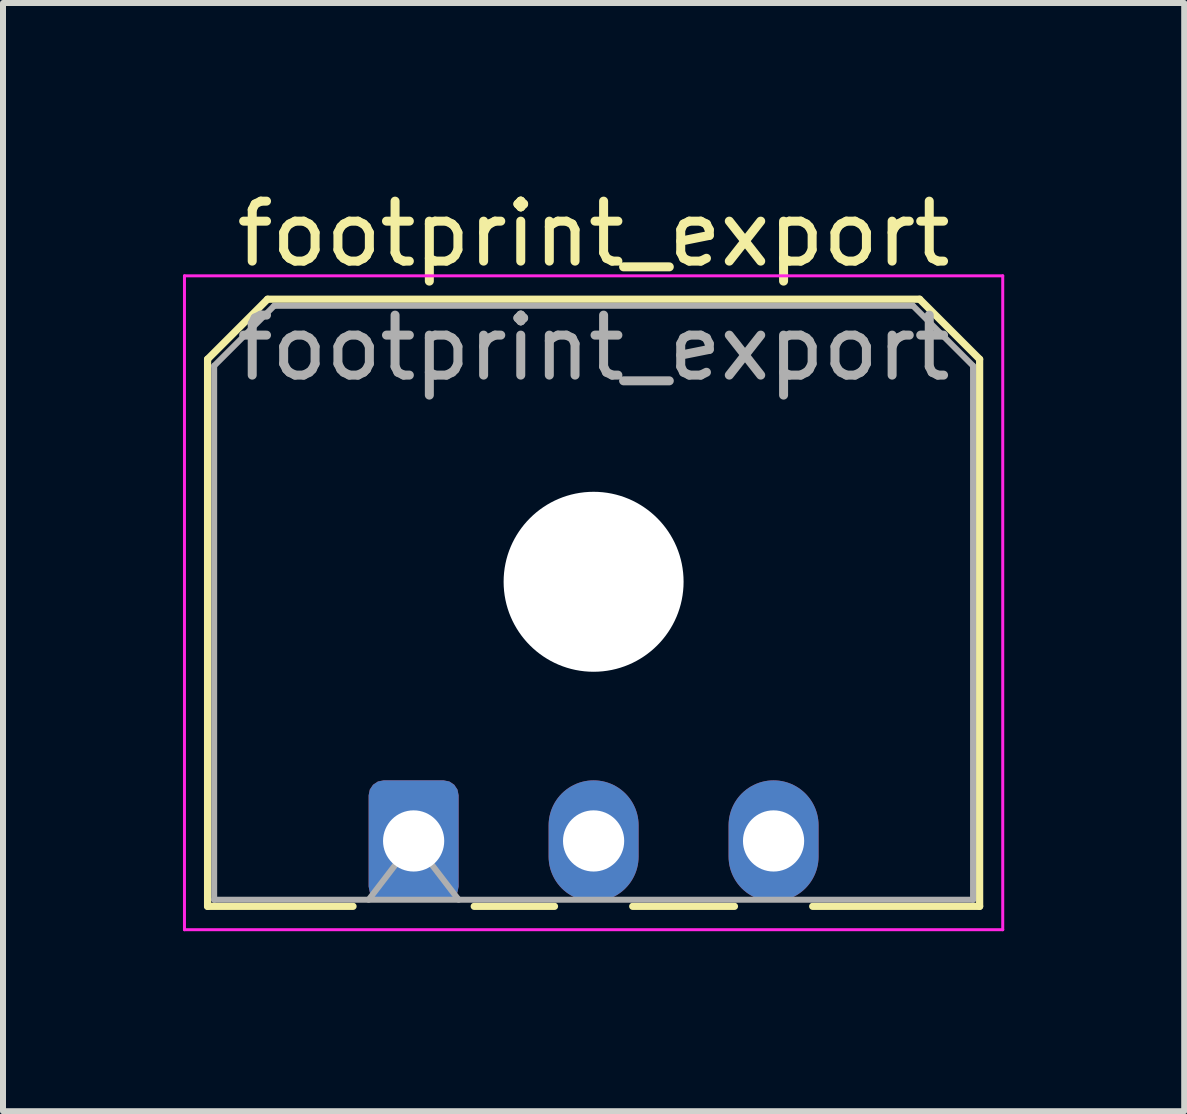
<source format=kicad_pcb>
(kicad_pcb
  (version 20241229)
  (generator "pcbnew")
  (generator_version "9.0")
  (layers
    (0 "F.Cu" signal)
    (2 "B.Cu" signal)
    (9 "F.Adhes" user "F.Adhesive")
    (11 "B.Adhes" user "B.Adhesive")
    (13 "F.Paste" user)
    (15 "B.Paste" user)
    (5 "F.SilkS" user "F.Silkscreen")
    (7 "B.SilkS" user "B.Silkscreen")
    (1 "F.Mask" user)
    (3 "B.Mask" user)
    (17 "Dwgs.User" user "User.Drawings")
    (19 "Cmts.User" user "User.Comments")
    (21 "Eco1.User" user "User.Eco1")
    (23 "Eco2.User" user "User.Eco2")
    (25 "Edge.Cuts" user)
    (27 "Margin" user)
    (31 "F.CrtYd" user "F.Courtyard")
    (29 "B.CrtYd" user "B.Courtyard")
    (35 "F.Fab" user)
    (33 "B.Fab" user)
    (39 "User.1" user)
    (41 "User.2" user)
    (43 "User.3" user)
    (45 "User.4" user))
  (footprint "footprint_export"
    (layer "F.Cu")
    (at 3.845 10.968)
    (property "Reference" "footprint_export" (at 3 -10.12 0) (layer "F.SilkS") (effects (font (size 1 1) (thickness 0.15))))
    (attr through_hole)
    (fp_line (start -3.435 -8.03) (end -2.435 -9.03) (stroke (width 0.12) (type solid)) (layer "F.SilkS"))
    (fp_line (start -3.435 1.09) (end -3.435 -8.03) (stroke (width 0.12) (type solid)) (layer "F.SilkS"))
    (fp_line (start -3.435 1.09) (end -1.01 1.09) (stroke (width 0.12) (type solid)) (layer "F.SilkS"))
    (fp_line (start -2.435 -9.03) (end 8.435 -9.03) (stroke (width 0.12) (type solid)) (layer "F.SilkS"))
    (fp_line (start 1.01 1.09) (end 2.348 1.09) (stroke (width 0.12) (type solid)) (layer "F.SilkS"))
    (fp_line (start 3.652 1.09) (end 5.348 1.09) (stroke (width 0.12) (type solid)) (layer "F.SilkS"))
    (fp_line (start 8.435 -9.03) (end 9.435 -8.03) (stroke (width 0.12) (type solid)) (layer "F.SilkS"))
    (fp_line (start 9.435 -8.03) (end 9.435 1.09) (stroke (width 0.12) (type solid)) (layer "F.SilkS"))
    (fp_line (start 9.435 1.09) (end 6.652 1.09) (stroke (width 0.12) (type solid)) (layer "F.SilkS"))
    (fp_line (start -3.82 -9.42) (end 9.82 -9.42) (stroke (width 0.05) (type solid)) (layer "F.CrtYd"))
    (fp_line (start -3.82 1.48) (end -3.82 -9.42) (stroke (width 0.05) (type solid)) (layer "F.CrtYd"))
    (fp_line (start 9.82 -9.42) (end 9.82 1.48) (stroke (width 0.05) (type solid)) (layer "F.CrtYd"))
    (fp_line (start 9.82 1.48) (end -3.82 1.48) (stroke (width 0.05) (type solid)) (layer "F.CrtYd"))
    (fp_line (start -3.325 -7.92) (end -2.325 -8.92) (stroke (width 0.1) (type solid)) (layer "F.Fab"))
    (fp_line (start -3.325 0.98) (end -3.325 -7.92) (stroke (width 0.1) (type solid)) (layer "F.Fab"))
    (fp_line (start -2.325 -8.92) (end 8.325 -8.92) (stroke (width 0.1) (type solid)) (layer "F.Fab"))
    (fp_line (start -0.75 0.98) (end 0 0) (stroke (width 0.1) (type solid)) (layer "F.Fab"))
    (fp_line (start 0 0) (end 0.75 0.98) (stroke (width 0.1) (type solid)) (layer "F.Fab"))
    (fp_line (start 8.325 -8.92) (end 9.325 -7.92) (stroke (width 0.1) (type solid)) (layer "F.Fab"))
    (fp_line (start 9.325 -7.92) (end 9.325 0.98) (stroke (width 0.1) (type solid)) (layer "F.Fab"))
    (fp_line (start 9.325 0.98) (end -3.325 0.98) (stroke (width 0.1) (type solid)) (layer "F.Fab"))
    (fp_text user "${REFERENCE}" (at 3 -8.22 0) (layer "F.Fab") (effects (font (size 1 1) (thickness 0.15))))
    (pad "" np_thru_hole circle (at 3 -4.32) (size 3 3) (drill 3) (layers "*.Cu" "*.Mask"))
    (pad "1" thru_hole roundrect (at 0 0) (size 1.5 2.02) (drill 1.02) (layers "*.Cu" "*.Mask") (roundrect_rratio 0.167))
    (pad "2" thru_hole oval (at 3 0) (size 1.5 2.02) (drill 1.02) (layers "*.Cu" "*.Mask"))
    (pad "3" thru_hole oval (at 6 0) (size 1.5 2.02) (drill 1.02) (layers "*.Cu" "*.Mask")))
  (gr_rect
    (start -3 -3)
    (end 16.69 15.473)
    (stroke (width 0.1) (type default))
    (fill no)
    (layer "Edge.Cuts")))
</source>
